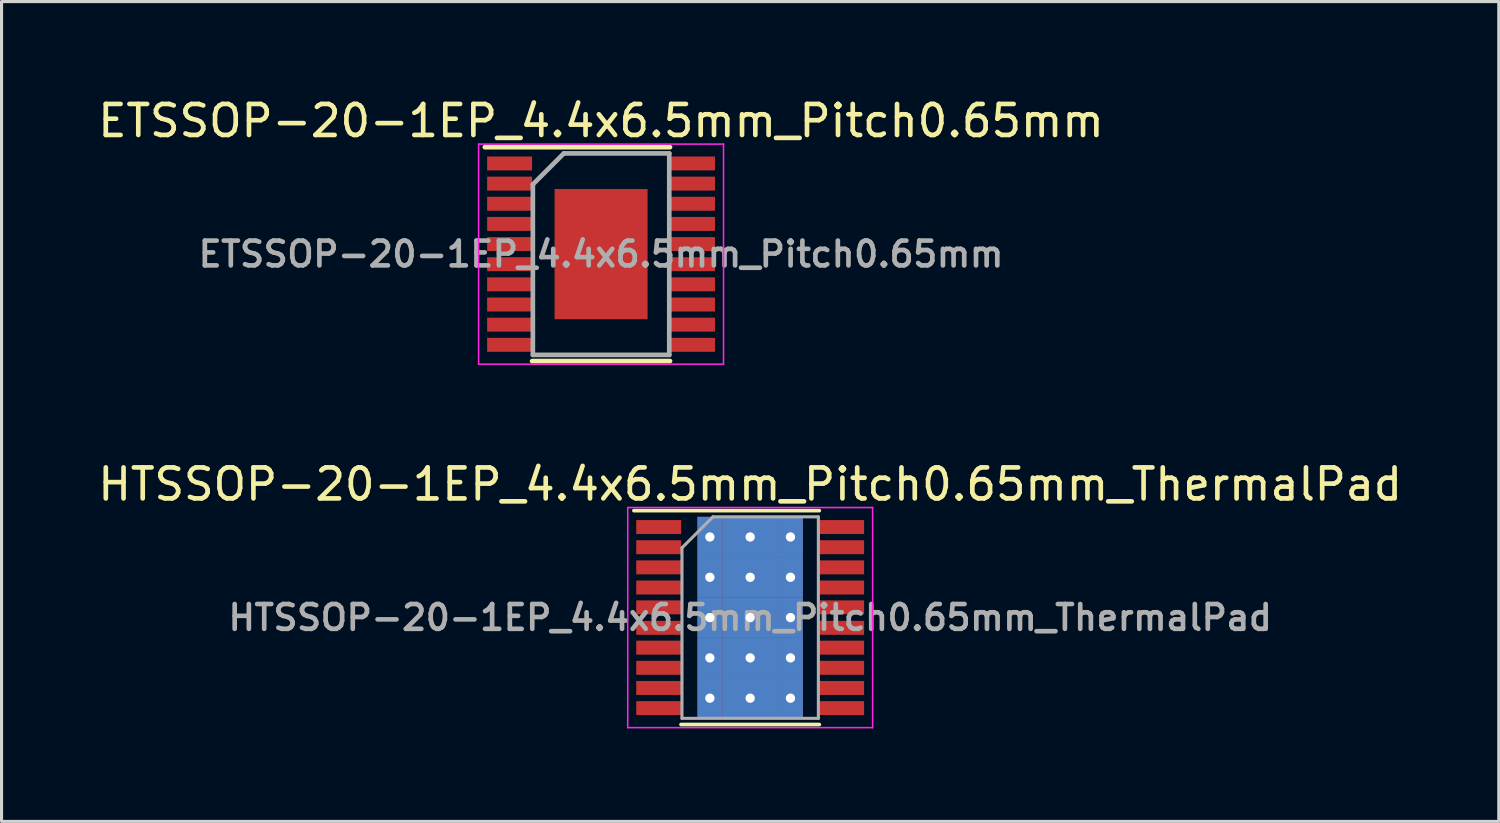
<source format=kicad_pcb>
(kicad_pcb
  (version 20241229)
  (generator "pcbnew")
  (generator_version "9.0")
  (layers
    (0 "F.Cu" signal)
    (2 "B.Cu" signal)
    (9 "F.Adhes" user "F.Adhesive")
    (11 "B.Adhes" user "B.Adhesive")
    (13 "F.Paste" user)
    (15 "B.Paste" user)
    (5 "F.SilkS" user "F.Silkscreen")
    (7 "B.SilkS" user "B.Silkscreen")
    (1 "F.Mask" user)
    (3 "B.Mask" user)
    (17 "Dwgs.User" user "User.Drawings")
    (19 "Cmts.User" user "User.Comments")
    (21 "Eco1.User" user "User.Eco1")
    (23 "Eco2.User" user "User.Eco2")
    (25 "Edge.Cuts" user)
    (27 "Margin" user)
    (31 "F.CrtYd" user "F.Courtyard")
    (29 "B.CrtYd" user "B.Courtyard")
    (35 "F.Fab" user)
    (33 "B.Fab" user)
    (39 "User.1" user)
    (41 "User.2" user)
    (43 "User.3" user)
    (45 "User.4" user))
  (footprint "ETSSOP-20-1EP_4.4x6.5mm_Pitch0.65mm"
    (layer "F.Cu")
    (at 16.339 5.148)
    (property "Reference" "ETSSOP-20-1EP_4.4x6.5mm_Pitch0.65mm" (at 0 -4.3 0) (layer "F.SilkS") (effects (font (size 1 1) (thickness 0.15))))
    (attr smd)
    (fp_line (start -3.75 -3.45) (end 2.225 -3.45) (stroke (width 0.15) (type solid)) (layer "F.SilkS"))
    (fp_line (start -2.225 3.45) (end 2.225 3.45) (stroke (width 0.15) (type solid)) (layer "F.SilkS"))
    (fp_line (start -3.95 -3.55) (end -3.95 3.55) (stroke (width 0.05) (type solid)) (layer "F.CrtYd"))
    (fp_line (start -3.95 -3.55) (end 3.95 -3.55) (stroke (width 0.05) (type solid)) (layer "F.CrtYd"))
    (fp_line (start -3.95 3.55) (end 3.95 3.55) (stroke (width 0.05) (type solid)) (layer "F.CrtYd"))
    (fp_line (start 3.95 -3.55) (end 3.95 3.55) (stroke (width 0.05) (type solid)) (layer "F.CrtYd"))
    (fp_line (start -2.2 -2.25) (end -1.2 -3.25) (stroke (width 0.15) (type solid)) (layer "F.Fab"))
    (fp_line (start -2.2 3.25) (end -2.2 -2.25) (stroke (width 0.15) (type solid)) (layer "F.Fab"))
    (fp_line (start -1.2 -3.25) (end 2.2 -3.25) (stroke (width 0.15) (type solid)) (layer "F.Fab"))
    (fp_line (start 2.2 -3.25) (end 2.2 3.25) (stroke (width 0.15) (type solid)) (layer "F.Fab"))
    (fp_line (start 2.2 3.25) (end -2.2 3.25) (stroke (width 0.15) (type solid)) (layer "F.Fab"))
    (fp_text user "${REFERENCE}" (at 0 0 0) (layer "F.Fab") (effects (font (size 0.8 0.8) (thickness 0.15))))
    (pad "1" smd rect (at -2.95 -2.925) (size 1.45 0.45) (layers "F.Cu" "F.Mask" "F.Paste"))
    (pad "2" smd rect (at -2.95 -2.275) (size 1.45 0.45) (layers "F.Cu" "F.Mask" "F.Paste"))
    (pad "3" smd rect (at -2.95 -1.625) (size 1.45 0.45) (layers "F.Cu" "F.Mask" "F.Paste"))
    (pad "4" smd rect (at -2.95 -0.975) (size 1.45 0.45) (layers "F.Cu" "F.Mask" "F.Paste"))
    (pad "5" smd rect (at -2.95 -0.325) (size 1.45 0.45) (layers "F.Cu" "F.Mask" "F.Paste"))
    (pad "6" smd rect (at -2.95 0.325) (size 1.45 0.45) (layers "F.Cu" "F.Mask" "F.Paste"))
    (pad "7" smd rect (at -2.95 0.975) (size 1.45 0.45) (layers "F.Cu" "F.Mask" "F.Paste"))
    (pad "8" smd rect (at -2.95 1.625) (size 1.45 0.45) (layers "F.Cu" "F.Mask" "F.Paste"))
    (pad "9" smd rect (at -2.95 2.275) (size 1.45 0.45) (layers "F.Cu" "F.Mask" "F.Paste"))
    (pad "10" smd rect (at -2.95 2.925) (size 1.45 0.45) (layers "F.Cu" "F.Mask" "F.Paste"))
    (pad "11" smd rect (at 2.95 2.925) (size 1.45 0.45) (layers "F.Cu" "F.Mask" "F.Paste"))
    (pad "12" smd rect (at 2.95 2.275) (size 1.45 0.45) (layers "F.Cu" "F.Mask" "F.Paste"))
    (pad "13" smd rect (at 2.95 1.625) (size 1.45 0.45) (layers "F.Cu" "F.Mask" "F.Paste"))
    (pad "14" smd rect (at 2.95 0.975) (size 1.45 0.45) (layers "F.Cu" "F.Mask" "F.Paste"))
    (pad "15" smd rect (at 2.95 0.325) (size 1.45 0.45) (layers "F.Cu" "F.Mask" "F.Paste"))
    (pad "16" smd rect (at 2.95 -0.325) (size 1.45 0.45) (layers "F.Cu" "F.Mask" "F.Paste"))
    (pad "17" smd rect (at 2.95 -0.975) (size 1.45 0.45) (layers "F.Cu" "F.Mask" "F.Paste"))
    (pad "18" smd rect (at 2.95 -1.625) (size 1.45 0.45) (layers "F.Cu" "F.Mask" "F.Paste"))
    (pad "19" smd rect (at 2.95 -2.275) (size 1.45 0.45) (layers "F.Cu" "F.Mask" "F.Paste"))
    (pad "20" smd rect (at 2.95 -2.925) (size 1.45 0.45) (layers "F.Cu" "F.Mask" "F.Paste"))
    (pad "21" smd rect (at 0 0) (size 3 4.2) (layers "F.Cu" "F.Mask" "F.Paste")))
  (footprint "HTSSOP-20-1EP_4.4x6.5mm_Pitch0.65mm_ThermalPad"
    (layer "F.Cu")
    (at 21.149 16.872)
    (property "Reference" "HTSSOP-20-1EP_4.4x6.5mm_Pitch0.65mm_ThermalPad" (at 0 -4.3 0) (layer "F.SilkS") (effects (font (size 1 1) (thickness 0.15))))
    (attr smd)
    (fp_line (start -3.75 -3.45) (end 2.23 -3.45) (stroke (width 0.12) (type solid)) (layer "F.SilkS"))
    (fp_line (start -2.23 3.45) (end 2.23 3.45) (stroke (width 0.12) (type solid)) (layer "F.SilkS"))
    (fp_line (start -3.95 -3.55) (end -3.95 3.55) (stroke (width 0.05) (type solid)) (layer "F.CrtYd"))
    (fp_line (start -3.95 -3.55) (end 3.95 -3.55) (stroke (width 0.05) (type solid)) (layer "F.CrtYd"))
    (fp_line (start -3.95 3.55) (end 3.95 3.55) (stroke (width 0.05) (type solid)) (layer "F.CrtYd"))
    (fp_line (start 3.95 -3.55) (end 3.95 3.55) (stroke (width 0.05) (type solid)) (layer "F.CrtYd"))
    (fp_line (start -2.2 -2.25) (end -1.2 -3.25) (stroke (width 0.1) (type solid)) (layer "F.Fab"))
    (fp_line (start -2.2 3.25) (end -2.2 -2.25) (stroke (width 0.1) (type solid)) (layer "F.Fab"))
    (fp_line (start -1.2 -3.25) (end 2.2 -3.25) (stroke (width 0.1) (type solid)) (layer "F.Fab"))
    (fp_line (start 2.2 -3.25) (end 2.2 3.25) (stroke (width 0.1) (type solid)) (layer "F.Fab"))
    (fp_line (start 2.2 3.25) (end -2.2 3.25) (stroke (width 0.1) (type solid)) (layer "F.Fab"))
    (fp_text user "${REFERENCE}" (at 0 0 0) (layer "F.Fab") (effects (font (size 0.8 0.8) (thickness 0.15))))
    (pad "1" smd rect (at -2.95 -2.92) (size 1.45 0.45) (layers "F.Cu" "F.Mask" "F.Paste"))
    (pad "2" smd rect (at -2.95 -2.27) (size 1.45 0.45) (layers "F.Cu" "F.Mask" "F.Paste"))
    (pad "3" smd rect (at -2.95 -1.62) (size 1.45 0.45) (layers "F.Cu" "F.Mask" "F.Paste"))
    (pad "4" smd rect (at -2.95 -0.97) (size 1.45 0.45) (layers "F.Cu" "F.Mask" "F.Paste"))
    (pad "5" smd rect (at -2.95 -0.33) (size 1.45 0.45) (layers "F.Cu" "F.Mask" "F.Paste"))
    (pad "6" smd rect (at -2.95 0.33) (size 1.45 0.45) (layers "F.Cu" "F.Mask" "F.Paste"))
    (pad "7" smd rect (at -2.95 0.97) (size 1.45 0.45) (layers "F.Cu" "F.Mask" "F.Paste"))
    (pad "8" smd rect (at -2.95 1.62) (size 1.45 0.45) (layers "F.Cu" "F.Mask" "F.Paste"))
    (pad "9" smd rect (at -2.95 2.27) (size 1.45 0.45) (layers "F.Cu" "F.Mask" "F.Paste"))
    (pad "10" smd rect (at -2.95 2.92) (size 1.45 0.45) (layers "F.Cu" "F.Mask" "F.Paste"))
    (pad "11" smd rect (at 2.95 2.92) (size 1.45 0.45) (layers "F.Cu" "F.Mask" "F.Paste"))
    (pad "12" smd rect (at 2.95 2.27) (size 1.45 0.45) (layers "F.Cu" "F.Mask" "F.Paste"))
    (pad "13" smd rect (at 2.95 1.62) (size 1.45 0.45) (layers "F.Cu" "F.Mask" "F.Paste"))
    (pad "14" smd rect (at 2.95 0.97) (size 1.45 0.45) (layers "F.Cu" "F.Mask" "F.Paste"))
    (pad "15" smd rect (at 2.95 0.33) (size 1.45 0.45) (layers "F.Cu" "F.Mask" "F.Paste"))
    (pad "16" smd rect (at 2.95 -0.33) (size 1.45 0.45) (layers "F.Cu" "F.Mask" "F.Paste"))
    (pad "17" smd rect (at 2.95 -0.97) (size 1.45 0.45) (layers "F.Cu" "F.Mask" "F.Paste"))
    (pad "18" smd rect (at 2.95 -1.62) (size 1.45 0.45) (layers "F.Cu" "F.Mask" "F.Paste"))
    (pad "19" smd rect (at 2.95 -2.27) (size 1.45 0.45) (layers "F.Cu" "F.Mask" "F.Paste"))
    (pad "20" smd rect (at 2.95 -2.92) (size 1.45 0.45) (layers "F.Cu" "F.Mask" "F.Paste"))
    (pad "21" thru_hole rect (at -1.3 -2.6) (size 0.8 1.3) (drill 0.3) (layers "*.Cu" "*.Mask"))
    (pad "21" thru_hole rect (at -1.3 -1.3) (size 0.8 1.3) (drill 0.3) (layers "*.Cu" "*.Mask"))
    (pad "21" thru_hole rect (at -1.3 0) (size 0.8 1.3) (drill 0.3) (layers "*.Cu" "*.Mask"))
    (pad "21" thru_hole rect (at -1.3 1.3) (size 0.8 1.3) (drill 0.3) (layers "*.Cu" "*.Mask"))
    (pad "21" thru_hole rect (at -1.3 2.6) (size 0.8 1.3) (drill 0.3) (layers "*.Cu" "*.Mask"))
    (pad "21" thru_hole rect (at 0 -2.6) (size 1.8 1.3) (drill 0.3) (layers "*.Cu" "*.Mask"))
    (pad "21" thru_hole rect (at 0 -1.3) (size 1.8 1.3) (drill 0.3) (layers "*.Cu" "*.Mask"))
    (pad "21" thru_hole rect (at 0 0) (size 1.8 1.3) (drill 0.3) (layers "*.Cu" "*.Mask"))
    (pad "21" thru_hole rect (at 0 1.3) (size 1.8 1.3) (drill 0.3) (layers "*.Cu" "*.Mask"))
    (pad "21" thru_hole rect (at 0 2.6) (size 1.8 1.3) (drill 0.3) (layers "*.Cu" "*.Mask"))
    (pad "21" thru_hole rect (at 1.3 -2.6) (size 0.8 1.3) (drill 0.3) (layers "*.Cu" "*.Mask"))
    (pad "21" thru_hole rect (at 1.3 -1.3) (size 0.8 1.3) (drill 0.3) (layers "*.Cu" "*.Mask"))
    (pad "21" thru_hole rect (at 1.3 0) (size 0.8 1.3) (drill 0.3) (layers "*.Cu" "*.Mask"))
    (pad "21" thru_hole rect (at 1.3 1.3) (size 0.8 1.3) (drill 0.3) (layers "*.Cu" "*.Mask"))
    (pad "21" thru_hole rect (at 1.3 2.6) (size 0.8 1.3) (drill 0.3) (layers "*.Cu" "*.Mask")))
  (gr_rect
    (start -3 -3)
    (end 45.298 23.447)
    (stroke (width 0.1) (type default))
    (fill no)
    (layer "Edge.Cuts")))
</source>
